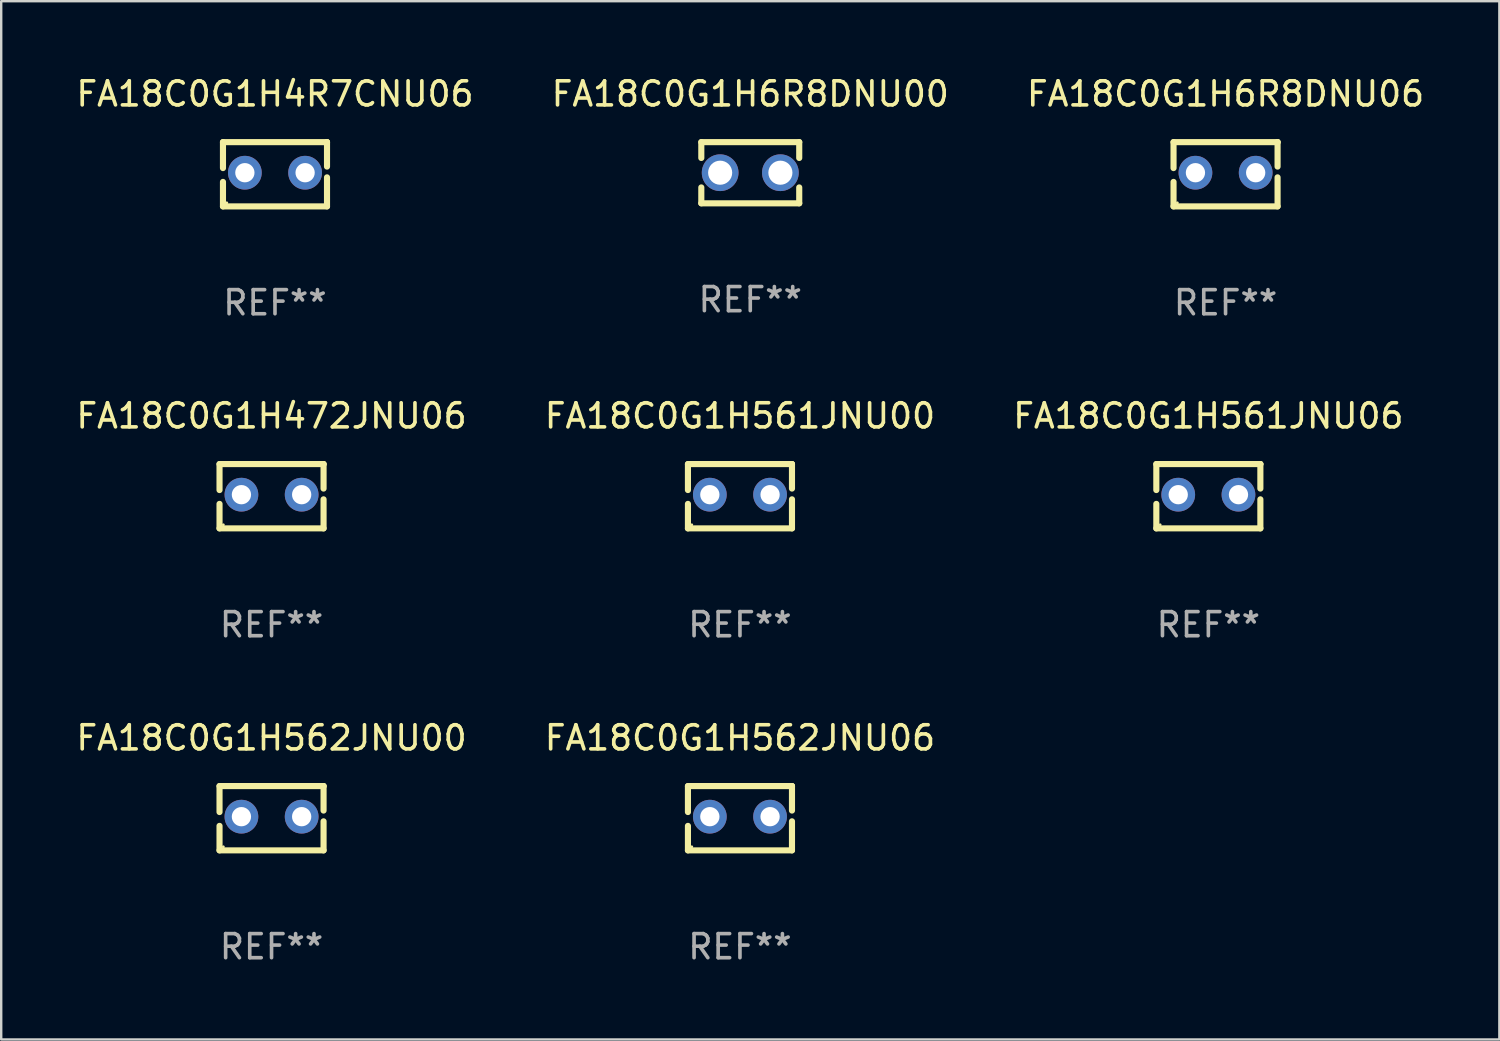
<source format=kicad_pcb>
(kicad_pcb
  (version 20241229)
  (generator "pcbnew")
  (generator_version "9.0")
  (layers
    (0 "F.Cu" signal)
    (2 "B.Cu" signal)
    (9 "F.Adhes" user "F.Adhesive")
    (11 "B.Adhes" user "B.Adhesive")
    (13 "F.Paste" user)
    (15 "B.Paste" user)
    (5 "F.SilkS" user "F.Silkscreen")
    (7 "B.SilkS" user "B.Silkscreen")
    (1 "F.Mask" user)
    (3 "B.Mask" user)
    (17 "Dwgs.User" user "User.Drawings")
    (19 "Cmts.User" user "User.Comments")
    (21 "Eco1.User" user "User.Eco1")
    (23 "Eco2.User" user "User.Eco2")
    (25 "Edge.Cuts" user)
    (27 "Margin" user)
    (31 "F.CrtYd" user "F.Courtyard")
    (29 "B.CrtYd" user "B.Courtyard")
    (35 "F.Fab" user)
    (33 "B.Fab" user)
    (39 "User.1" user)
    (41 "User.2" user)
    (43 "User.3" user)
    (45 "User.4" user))
  (footprint "FA18C0G1H472JNU06"
    (layer "F.Cu")
    (at 8.22 17.545)
    (property "Reference" "FA18C0G1H472JNU06" (at 0 -3.334 0) (layer "F.SilkS") (effects (font (size 1 1) (thickness 0.15))))
    (attr through_hole)
    (fp_line (start -2.159 -1.334) (end 2.159 -1.334) (stroke (width 0.254) (type solid)) (layer "F.SilkS"))
    (fp_line (start -2.159 -0.256) (end -2.159 -1.334) (stroke (width 0.254) (type solid)) (layer "F.SilkS"))
    (fp_line (start -2.159 1.334) (end -2.159 0.318) (stroke (width 0.254) (type solid)) (layer "F.SilkS"))
    (fp_line (start 2.159 -1.334) (end 2.159 -1.334) (stroke (width 0.254) (type solid)) (layer "F.SilkS"))
    (fp_line (start 2.159 -1.334) (end 2.159 -0.318) (stroke (width 0.254) (type solid)) (layer "F.SilkS"))
    (fp_line (start 2.159 0.129) (end 2.159 1.334) (stroke (width 0.254) (type solid)) (layer "F.SilkS"))
    (fp_line (start 2.159 1.334) (end -2.159 1.334) (stroke (width 0.254) (type solid)) (layer "F.SilkS"))
    (fp_circle (center -2 1.186) (end -1.97 1.186) (stroke (width 0.06) (type solid)) (fill no) (layer "F.SilkS"))
    (fp_text user "REF**" (at 0 5.334 0) (layer "F.Fab") (effects (font (size 1 1) (thickness 0.15))))
    (pad "1" thru_hole circle (at -1.25 -0.064) (size 1.4 1.4) (drill 0.8) (layers "*.Cu" "*.Mask"))
    (pad "2" thru_hole circle (at 1.25 -0.064) (size 1.4 1.4) (drill 0.8) (layers "*.Cu" "*.Mask")))
  (footprint "FA18C0G1H562JNU00"
    (layer "F.Cu")
    (at 8.22 30.909)
    (property "Reference" "FA18C0G1H562JNU00" (at 0 -3.334 0) (layer "F.SilkS") (effects (font (size 1 1) (thickness 0.15))))
    (attr through_hole)
    (fp_line (start -2.159 -1.334) (end 2.159 -1.334) (stroke (width 0.254) (type solid)) (layer "F.SilkS"))
    (fp_line (start -2.159 -0.256) (end -2.159 -1.334) (stroke (width 0.254) (type solid)) (layer "F.SilkS"))
    (fp_line (start -2.159 1.334) (end -2.159 0.318) (stroke (width 0.254) (type solid)) (layer "F.SilkS"))
    (fp_line (start 2.159 -1.334) (end 2.159 -1.334) (stroke (width 0.254) (type solid)) (layer "F.SilkS"))
    (fp_line (start 2.159 -1.334) (end 2.159 -0.318) (stroke (width 0.254) (type solid)) (layer "F.SilkS"))
    (fp_line (start 2.159 0.129) (end 2.159 1.334) (stroke (width 0.254) (type solid)) (layer "F.SilkS"))
    (fp_line (start 2.159 1.334) (end -2.159 1.334) (stroke (width 0.254) (type solid)) (layer "F.SilkS"))
    (fp_circle (center -2 1.186) (end -1.97 1.186) (stroke (width 0.06) (type solid)) (fill no) (layer "F.SilkS"))
    (fp_text user "REF**" (at 0 5.334 0) (layer "F.Fab") (effects (font (size 1 1) (thickness 0.15))))
    (pad "1" thru_hole circle (at -1.25 -0.064) (size 1.4 1.4) (drill 0.8) (layers "*.Cu" "*.Mask"))
    (pad "2" thru_hole circle (at 1.25 -0.064) (size 1.4 1.4) (drill 0.8) (layers "*.Cu" "*.Mask")))
  (footprint "FA18C0G1H6R8DNU06"
    (layer "F.Cu")
    (at 47.815 4.182)
    (property "Reference" "FA18C0G1H6R8DNU06" (at 0 -3.334 0) (layer "F.SilkS") (effects (font (size 1 1) (thickness 0.15))))
    (attr through_hole)
    (fp_line (start -2.159 -1.334) (end 2.159 -1.334) (stroke (width 0.254) (type solid)) (layer "F.SilkS"))
    (fp_line (start -2.159 -0.256) (end -2.159 -1.334) (stroke (width 0.254) (type solid)) (layer "F.SilkS"))
    (fp_line (start -2.159 1.334) (end -2.159 0.318) (stroke (width 0.254) (type solid)) (layer "F.SilkS"))
    (fp_line (start 2.159 -1.334) (end 2.159 -1.334) (stroke (width 0.254) (type solid)) (layer "F.SilkS"))
    (fp_line (start 2.159 -1.334) (end 2.159 -0.318) (stroke (width 0.254) (type solid)) (layer "F.SilkS"))
    (fp_line (start 2.159 0.129) (end 2.159 1.334) (stroke (width 0.254) (type solid)) (layer "F.SilkS"))
    (fp_line (start 2.159 1.334) (end -2.159 1.334) (stroke (width 0.254) (type solid)) (layer "F.SilkS"))
    (fp_circle (center -2 1.186) (end -1.97 1.186) (stroke (width 0.06) (type solid)) (fill no) (layer "F.SilkS"))
    (fp_text user "REF**" (at 0 5.334 0) (layer "F.Fab") (effects (font (size 1 1) (thickness 0.15))))
    (pad "1" thru_hole circle (at -1.25 -0.064) (size 1.4 1.4) (drill 0.8) (layers "*.Cu" "*.Mask"))
    (pad "2" thru_hole circle (at 1.25 -0.064) (size 1.4 1.4) (drill 0.8) (layers "*.Cu" "*.Mask")))
  (footprint "FA18C0G1H562JNU06"
    (layer "F.Cu")
    (at 27.661 30.909)
    (property "Reference" "FA18C0G1H562JNU06" (at 0 -3.334 0) (layer "F.SilkS") (effects (font (size 1 1) (thickness 0.15))))
    (attr through_hole)
    (fp_line (start -2.159 -1.334) (end 2.159 -1.334) (stroke (width 0.254) (type solid)) (layer "F.SilkS"))
    (fp_line (start -2.159 -0.256) (end -2.159 -1.334) (stroke (width 0.254) (type solid)) (layer "F.SilkS"))
    (fp_line (start -2.159 1.334) (end -2.159 0.318) (stroke (width 0.254) (type solid)) (layer "F.SilkS"))
    (fp_line (start 2.159 -1.334) (end 2.159 -1.334) (stroke (width 0.254) (type solid)) (layer "F.SilkS"))
    (fp_line (start 2.159 -1.334) (end 2.159 -0.318) (stroke (width 0.254) (type solid)) (layer "F.SilkS"))
    (fp_line (start 2.159 0.129) (end 2.159 1.334) (stroke (width 0.254) (type solid)) (layer "F.SilkS"))
    (fp_line (start 2.159 1.334) (end -2.159 1.334) (stroke (width 0.254) (type solid)) (layer "F.SilkS"))
    (fp_circle (center -2 1.186) (end -1.97 1.186) (stroke (width 0.06) (type solid)) (fill no) (layer "F.SilkS"))
    (fp_text user "REF**" (at 0 5.334 0) (layer "F.Fab") (effects (font (size 1 1) (thickness 0.15))))
    (pad "1" thru_hole circle (at -1.25 -0.064) (size 1.4 1.4) (drill 0.8) (layers "*.Cu" "*.Mask"))
    (pad "2" thru_hole circle (at 1.25 -0.064) (size 1.4 1.4) (drill 0.8) (layers "*.Cu" "*.Mask")))
  (footprint "FA18C0G1H561JNU06"
    (layer "F.Cu")
    (at 47.101 17.545)
    (property "Reference" "FA18C0G1H561JNU06" (at 0 -3.334 0) (layer "F.SilkS") (effects (font (size 1 1) (thickness 0.15))))
    (attr through_hole)
    (fp_line (start -2.159 -1.334) (end 2.159 -1.334) (stroke (width 0.254) (type solid)) (layer "F.SilkS"))
    (fp_line (start -2.159 -0.256) (end -2.159 -1.334) (stroke (width 0.254) (type solid)) (layer "F.SilkS"))
    (fp_line (start -2.159 1.334) (end -2.159 0.318) (stroke (width 0.254) (type solid)) (layer "F.SilkS"))
    (fp_line (start 2.159 -1.334) (end 2.159 -1.334) (stroke (width 0.254) (type solid)) (layer "F.SilkS"))
    (fp_line (start 2.159 -1.334) (end 2.159 -0.318) (stroke (width 0.254) (type solid)) (layer "F.SilkS"))
    (fp_line (start 2.159 0.129) (end 2.159 1.334) (stroke (width 0.254) (type solid)) (layer "F.SilkS"))
    (fp_line (start 2.159 1.334) (end -2.159 1.334) (stroke (width 0.254) (type solid)) (layer "F.SilkS"))
    (fp_circle (center -2 1.186) (end -1.97 1.186) (stroke (width 0.06) (type solid)) (fill no) (layer "F.SilkS"))
    (fp_text user "REF**" (at 0 5.334 0) (layer "F.Fab") (effects (font (size 1 1) (thickness 0.15))))
    (pad "1" thru_hole circle (at -1.25 -0.064) (size 1.4 1.4) (drill 0.8) (layers "*.Cu" "*.Mask"))
    (pad "2" thru_hole circle (at 1.25 -0.064) (size 1.4 1.4) (drill 0.8) (layers "*.Cu" "*.Mask")))
  (footprint "FA18C0G1H4R7CNU06"
    (layer "F.Cu")
    (at 8.363 4.182)
    (property "Reference" "FA18C0G1H4R7CNU06" (at 0 -3.334 0) (layer "F.SilkS") (effects (font (size 1 1) (thickness 0.15))))
    (attr through_hole)
    (fp_line (start -2.159 -1.334) (end 2.159 -1.334) (stroke (width 0.254) (type solid)) (layer "F.SilkS"))
    (fp_line (start -2.159 -0.256) (end -2.159 -1.334) (stroke (width 0.254) (type solid)) (layer "F.SilkS"))
    (fp_line (start -2.159 1.334) (end -2.159 0.318) (stroke (width 0.254) (type solid)) (layer "F.SilkS"))
    (fp_line (start 2.159 -1.334) (end 2.159 -1.334) (stroke (width 0.254) (type solid)) (layer "F.SilkS"))
    (fp_line (start 2.159 -1.334) (end 2.159 -0.318) (stroke (width 0.254) (type solid)) (layer "F.SilkS"))
    (fp_line (start 2.159 0.129) (end 2.159 1.334) (stroke (width 0.254) (type solid)) (layer "F.SilkS"))
    (fp_line (start 2.159 1.334) (end -2.159 1.334) (stroke (width 0.254) (type solid)) (layer "F.SilkS"))
    (fp_circle (center -2 1.186) (end -1.97 1.186) (stroke (width 0.06) (type solid)) (fill no) (layer "F.SilkS"))
    (fp_text user "REF**" (at 0 5.334 0) (layer "F.Fab") (effects (font (size 1 1) (thickness 0.15))))
    (pad "1" thru_hole circle (at -1.25 -0.064) (size 1.4 1.4) (drill 0.8) (layers "*.Cu" "*.Mask"))
    (pad "2" thru_hole circle (at 1.25 -0.064) (size 1.4 1.4) (drill 0.8) (layers "*.Cu" "*.Mask")))
  (footprint "FA18C0G1H561JNU00"
    (layer "F.Cu")
    (at 27.661 17.545)
    (property "Reference" "FA18C0G1H561JNU00" (at 0 -3.334 0) (layer "F.SilkS") (effects (font (size 1 1) (thickness 0.15))))
    (attr through_hole)
    (fp_line (start -2.159 -1.334) (end 2.159 -1.334) (stroke (width 0.254) (type solid)) (layer "F.SilkS"))
    (fp_line (start -2.159 -0.256) (end -2.159 -1.334) (stroke (width 0.254) (type solid)) (layer "F.SilkS"))
    (fp_line (start -2.159 1.334) (end -2.159 0.318) (stroke (width 0.254) (type solid)) (layer "F.SilkS"))
    (fp_line (start 2.159 -1.334) (end 2.159 -1.334) (stroke (width 0.254) (type solid)) (layer "F.SilkS"))
    (fp_line (start 2.159 -1.334) (end 2.159 -0.318) (stroke (width 0.254) (type solid)) (layer "F.SilkS"))
    (fp_line (start 2.159 0.129) (end 2.159 1.334) (stroke (width 0.254) (type solid)) (layer "F.SilkS"))
    (fp_line (start 2.159 1.334) (end -2.159 1.334) (stroke (width 0.254) (type solid)) (layer "F.SilkS"))
    (fp_circle (center -2 1.186) (end -1.97 1.186) (stroke (width 0.06) (type solid)) (fill no) (layer "F.SilkS"))
    (fp_text user "REF**" (at 0 5.334 0) (layer "F.Fab") (effects (font (size 1 1) (thickness 0.15))))
    (pad "1" thru_hole circle (at -1.25 -0.064) (size 1.4 1.4) (drill 0.8) (layers "*.Cu" "*.Mask"))
    (pad "2" thru_hole circle (at 1.25 -0.064) (size 1.4 1.4) (drill 0.8) (layers "*.Cu" "*.Mask")))
  (footprint "FA18C0G1H6R8DNU00"
    (layer "F.Cu")
    (at 28.089 4.118)
    (property "Reference" "FA18C0G1H6R8DNU00" (at 0 -3.27 0) (layer "F.SilkS") (effects (font (size 1 1) (thickness 0.15))))
    (attr through_hole)
    (fp_line (start -2.032 -1.27) (end -2.032 -0.611) (stroke (width 0.254) (type solid)) (layer "F.SilkS"))
    (fp_line (start -2.032 0.611) (end -2.032 1.27) (stroke (width 0.254) (type solid)) (layer "F.SilkS"))
    (fp_line (start -2.032 1.27) (end 2.032 1.27) (stroke (width 0.254) (type solid)) (layer "F.SilkS"))
    (fp_line (start 2.032 -1.27) (end -2.032 -1.27) (stroke (width 0.254) (type solid)) (layer "F.SilkS"))
    (fp_line (start 2.032 -0.611) (end 2.032 -1.27) (stroke (width 0.254) (type solid)) (layer "F.SilkS"))
    (fp_line (start 2.032 1.27) (end 2.032 0.611) (stroke (width 0.254) (type solid)) (layer "F.SilkS"))
    (fp_circle (center -2 1.25) (end -1.97 1.25) (stroke (width 0.06) (type solid)) (fill no) (layer "F.SilkS"))
    (fp_text user "REF**" (at 0 5.27 0) (layer "F.Fab") (effects (font (size 1 1) (thickness 0.15))))
    (pad "1" thru_hole circle (at -1.25 0) (size 1.524 1.524) (drill 1) (layers "*.Cu" "*.Mask"))
    (pad "2" thru_hole circle (at 1.25 0) (size 1.524 1.524) (drill 1) (layers "*.Cu" "*.Mask")))
  (gr_rect
    (start -3 -3)
    (end 59.179 40.091)
    (stroke (width 0.1) (type default))
    (fill no)
    (layer "Edge.Cuts")))
</source>
